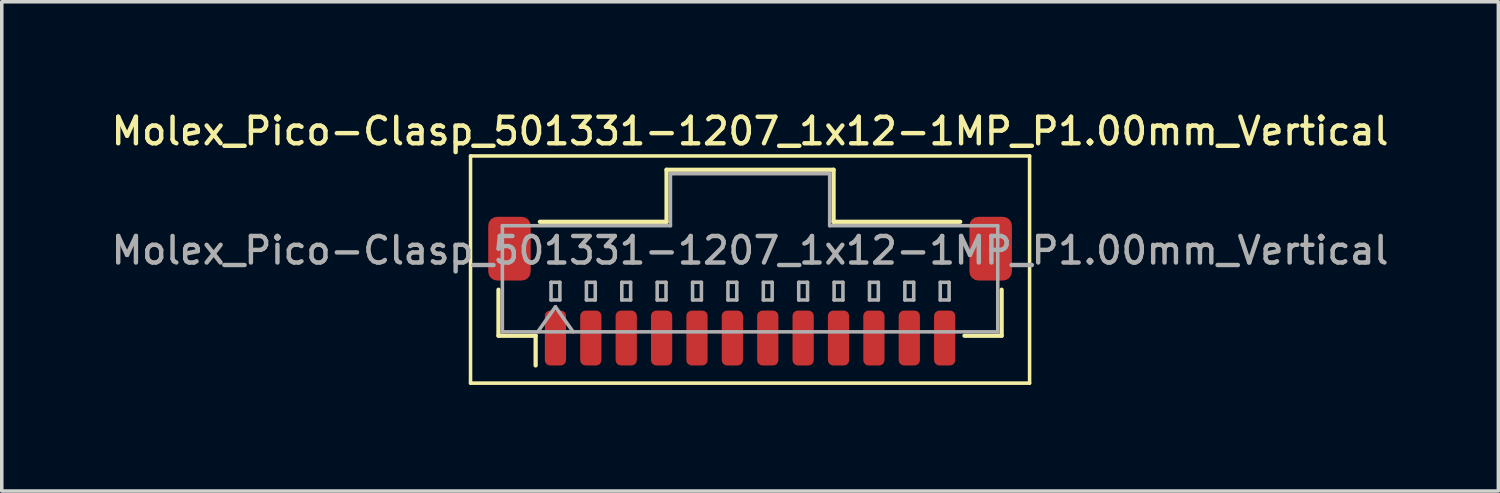
<source format=kicad_pcb>
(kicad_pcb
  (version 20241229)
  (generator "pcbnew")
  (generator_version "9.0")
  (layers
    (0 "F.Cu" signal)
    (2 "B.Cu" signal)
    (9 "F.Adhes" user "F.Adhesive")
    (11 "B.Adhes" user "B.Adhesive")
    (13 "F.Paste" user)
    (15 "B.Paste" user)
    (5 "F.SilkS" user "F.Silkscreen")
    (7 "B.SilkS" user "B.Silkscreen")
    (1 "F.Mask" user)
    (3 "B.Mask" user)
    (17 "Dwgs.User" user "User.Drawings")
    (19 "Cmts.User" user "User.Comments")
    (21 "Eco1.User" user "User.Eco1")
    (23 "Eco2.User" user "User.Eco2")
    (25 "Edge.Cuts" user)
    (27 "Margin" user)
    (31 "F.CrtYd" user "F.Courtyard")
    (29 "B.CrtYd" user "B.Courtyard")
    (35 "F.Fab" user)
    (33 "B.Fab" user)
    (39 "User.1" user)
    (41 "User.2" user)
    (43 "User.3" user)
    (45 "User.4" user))
  (footprint "Molex_Pico-Clasp_501331-1207_1x12-1MP_P1.00mm_Vertical"
    (layer "F.Cu")
    (at 18.148 5.178)
    (property "Reference" "Molex_Pico-Clasp_501331-1207_1x12-1MP_P1.00mm_Vertical" (at 0 -4.52 0) (layer "F.SilkS") (effects (font (size 0.75 0.75) (thickness 0.125))))
    (attr smd)
    (fp_line (start -7.9 -3.82) (end -7.9 2.6) (stroke (width 0.1) (type solid)) (layer "F.SilkS"))
    (fp_line (start -7.9 2.6) (end 7.9 2.6) (stroke (width 0.1) (type solid)) (layer "F.SilkS"))
    (fp_line (start -7.11 -0.04) (end -7.11 1.26) (stroke (width 0.12) (type solid)) (layer "F.SilkS"))
    (fp_line (start -7.11 1.26) (end -6.06 1.26) (stroke (width 0.12) (type solid)) (layer "F.SilkS"))
    (fp_line (start -6.06 1.26) (end -6.06 2.1) (stroke (width 0.12) (type solid)) (layer "F.SilkS"))
    (fp_line (start -5.94 -1.96) (end -2.36 -1.96) (stroke (width 0.12) (type solid)) (layer "F.SilkS"))
    (fp_line (start -2.36 -3.43) (end 2.36 -3.43) (stroke (width 0.12) (type solid)) (layer "F.SilkS"))
    (fp_line (start -2.36 -1.96) (end -2.36 -3.43) (stroke (width 0.12) (type solid)) (layer "F.SilkS"))
    (fp_line (start 2.36 -3.43) (end 2.36 -1.96) (stroke (width 0.12) (type solid)) (layer "F.SilkS"))
    (fp_line (start 2.36 -1.96) (end 5.94 -1.96) (stroke (width 0.12) (type solid)) (layer "F.SilkS"))
    (fp_line (start 7.11 -0.04) (end 7.11 1.26) (stroke (width 0.12) (type solid)) (layer "F.SilkS"))
    (fp_line (start 7.11 1.26) (end 6.06 1.26) (stroke (width 0.12) (type solid)) (layer "F.SilkS"))
    (fp_line (start 7.9 -3.82) (end -7.9 -3.82) (stroke (width 0.1) (type solid)) (layer "F.SilkS"))
    (fp_line (start 7.9 2.6) (end 7.9 -3.82) (stroke (width 0.1) (type solid)) (layer "F.SilkS"))
    (fp_line (start -7 -1.85) (end -2.25 -1.85) (stroke (width 0.1) (type solid)) (layer "F.Fab"))
    (fp_line (start -7 1.15) (end -7 -1.85) (stroke (width 0.1) (type solid)) (layer "F.Fab"))
    (fp_line (start -7 1.15) (end 7 1.15) (stroke (width 0.1) (type solid)) (layer "F.Fab"))
    (fp_line (start -6 1.15) (end -5.5 0.443) (stroke (width 0.1) (type solid)) (layer "F.Fab"))
    (fp_line (start -5.625 -0.25) (end -5.625 0.25) (stroke (width 0.1) (type solid)) (layer "F.Fab"))
    (fp_line (start -5.625 0.25) (end -5.375 0.25) (stroke (width 0.1) (type solid)) (layer "F.Fab"))
    (fp_line (start -5.5 0.443) (end -5 1.15) (stroke (width 0.1) (type solid)) (layer "F.Fab"))
    (fp_line (start -5.375 -0.25) (end -5.625 -0.25) (stroke (width 0.1) (type solid)) (layer "F.Fab"))
    (fp_line (start -5.375 0.25) (end -5.375 -0.25) (stroke (width 0.1) (type solid)) (layer "F.Fab"))
    (fp_line (start -4.625 -0.25) (end -4.625 0.25) (stroke (width 0.1) (type solid)) (layer "F.Fab"))
    (fp_line (start -4.625 0.25) (end -4.375 0.25) (stroke (width 0.1) (type solid)) (layer "F.Fab"))
    (fp_line (start -4.375 -0.25) (end -4.625 -0.25) (stroke (width 0.1) (type solid)) (layer "F.Fab"))
    (fp_line (start -4.375 0.25) (end -4.375 -0.25) (stroke (width 0.1) (type solid)) (layer "F.Fab"))
    (fp_line (start -3.625 -0.25) (end -3.625 0.25) (stroke (width 0.1) (type solid)) (layer "F.Fab"))
    (fp_line (start -3.625 0.25) (end -3.375 0.25) (stroke (width 0.1) (type solid)) (layer "F.Fab"))
    (fp_line (start -3.375 -0.25) (end -3.625 -0.25) (stroke (width 0.1) (type solid)) (layer "F.Fab"))
    (fp_line (start -3.375 0.25) (end -3.375 -0.25) (stroke (width 0.1) (type solid)) (layer "F.Fab"))
    (fp_line (start -2.625 -0.25) (end -2.625 0.25) (stroke (width 0.1) (type solid)) (layer "F.Fab"))
    (fp_line (start -2.625 0.25) (end -2.375 0.25) (stroke (width 0.1) (type solid)) (layer "F.Fab"))
    (fp_line (start -2.375 -0.25) (end -2.625 -0.25) (stroke (width 0.1) (type solid)) (layer "F.Fab"))
    (fp_line (start -2.375 0.25) (end -2.375 -0.25) (stroke (width 0.1) (type solid)) (layer "F.Fab"))
    (fp_line (start -2.25 -3.32) (end 2.25 -3.32) (stroke (width 0.1) (type solid)) (layer "F.Fab"))
    (fp_line (start -2.25 -1.85) (end -2.25 -3.32) (stroke (width 0.1) (type solid)) (layer "F.Fab"))
    (fp_line (start -1.625 -0.25) (end -1.625 0.25) (stroke (width 0.1) (type solid)) (layer "F.Fab"))
    (fp_line (start -1.625 0.25) (end -1.375 0.25) (stroke (width 0.1) (type solid)) (layer "F.Fab"))
    (fp_line (start -1.375 -0.25) (end -1.625 -0.25) (stroke (width 0.1) (type solid)) (layer "F.Fab"))
    (fp_line (start -1.375 0.25) (end -1.375 -0.25) (stroke (width 0.1) (type solid)) (layer "F.Fab"))
    (fp_line (start -0.625 -0.25) (end -0.625 0.25) (stroke (width 0.1) (type solid)) (layer "F.Fab"))
    (fp_line (start -0.625 0.25) (end -0.375 0.25) (stroke (width 0.1) (type solid)) (layer "F.Fab"))
    (fp_line (start -0.375 -0.25) (end -0.625 -0.25) (stroke (width 0.1) (type solid)) (layer "F.Fab"))
    (fp_line (start -0.375 0.25) (end -0.375 -0.25) (stroke (width 0.1) (type solid)) (layer "F.Fab"))
    (fp_line (start 0.375 -0.25) (end 0.375 0.25) (stroke (width 0.1) (type solid)) (layer "F.Fab"))
    (fp_line (start 0.375 0.25) (end 0.625 0.25) (stroke (width 0.1) (type solid)) (layer "F.Fab"))
    (fp_line (start 0.625 -0.25) (end 0.375 -0.25) (stroke (width 0.1) (type solid)) (layer "F.Fab"))
    (fp_line (start 0.625 0.25) (end 0.625 -0.25) (stroke (width 0.1) (type solid)) (layer "F.Fab"))
    (fp_line (start 1.375 -0.25) (end 1.375 0.25) (stroke (width 0.1) (type solid)) (layer "F.Fab"))
    (fp_line (start 1.375 0.25) (end 1.625 0.25) (stroke (width 0.1) (type solid)) (layer "F.Fab"))
    (fp_line (start 1.625 -0.25) (end 1.375 -0.25) (stroke (width 0.1) (type solid)) (layer "F.Fab"))
    (fp_line (start 1.625 0.25) (end 1.625 -0.25) (stroke (width 0.1) (type solid)) (layer "F.Fab"))
    (fp_line (start 2.25 -3.32) (end 2.25 -1.85) (stroke (width 0.1) (type solid)) (layer "F.Fab"))
    (fp_line (start 2.25 -1.85) (end 7 -1.85) (stroke (width 0.1) (type solid)) (layer "F.Fab"))
    (fp_line (start 2.375 -0.25) (end 2.375 0.25) (stroke (width 0.1) (type solid)) (layer "F.Fab"))
    (fp_line (start 2.375 0.25) (end 2.625 0.25) (stroke (width 0.1) (type solid)) (layer "F.Fab"))
    (fp_line (start 2.625 -0.25) (end 2.375 -0.25) (stroke (width 0.1) (type solid)) (layer "F.Fab"))
    (fp_line (start 2.625 0.25) (end 2.625 -0.25) (stroke (width 0.1) (type solid)) (layer "F.Fab"))
    (fp_line (start 3.375 -0.25) (end 3.375 0.25) (stroke (width 0.1) (type solid)) (layer "F.Fab"))
    (fp_line (start 3.375 0.25) (end 3.625 0.25) (stroke (width 0.1) (type solid)) (layer "F.Fab"))
    (fp_line (start 3.625 -0.25) (end 3.375 -0.25) (stroke (width 0.1) (type solid)) (layer "F.Fab"))
    (fp_line (start 3.625 0.25) (end 3.625 -0.25) (stroke (width 0.1) (type solid)) (layer "F.Fab"))
    (fp_line (start 4.375 -0.25) (end 4.375 0.25) (stroke (width 0.1) (type solid)) (layer "F.Fab"))
    (fp_line (start 4.375 0.25) (end 4.625 0.25) (stroke (width 0.1) (type solid)) (layer "F.Fab"))
    (fp_line (start 4.625 -0.25) (end 4.375 -0.25) (stroke (width 0.1) (type solid)) (layer "F.Fab"))
    (fp_line (start 4.625 0.25) (end 4.625 -0.25) (stroke (width 0.1) (type solid)) (layer "F.Fab"))
    (fp_line (start 5.375 -0.25) (end 5.375 0.25) (stroke (width 0.1) (type solid)) (layer "F.Fab"))
    (fp_line (start 5.375 0.25) (end 5.625 0.25) (stroke (width 0.1) (type solid)) (layer "F.Fab"))
    (fp_line (start 5.625 -0.25) (end 5.375 -0.25) (stroke (width 0.1) (type solid)) (layer "F.Fab"))
    (fp_line (start 5.625 0.25) (end 5.625 -0.25) (stroke (width 0.1) (type solid)) (layer "F.Fab"))
    (fp_line (start 7 1.15) (end 7 -1.85) (stroke (width 0.1) (type solid)) (layer "F.Fab"))
    (fp_text user "${REFERENCE}" (at 0 -1.15 0) (layer "F.Fab") (effects (font (size 0.75 0.75) (thickness 0.125))))
    (pad "1" smd roundrect (at -5.5 1.325) (size 0.6 1.55) (layers "F.Cu" "F.Mask" "F.Paste") (roundrect_rratio 0.25))
    (pad "2" smd roundrect (at -4.5 1.325) (size 0.6 1.55) (layers "F.Cu" "F.Mask" "F.Paste") (roundrect_rratio 0.25))
    (pad "3" smd roundrect (at -3.5 1.325) (size 0.6 1.55) (layers "F.Cu" "F.Mask" "F.Paste") (roundrect_rratio 0.25))
    (pad "4" smd roundrect (at -2.5 1.325) (size 0.6 1.55) (layers "F.Cu" "F.Mask" "F.Paste") (roundrect_rratio 0.25))
    (pad "5" smd roundrect (at -1.5 1.325) (size 0.6 1.55) (layers "F.Cu" "F.Mask" "F.Paste") (roundrect_rratio 0.25))
    (pad "6" smd roundrect (at -0.5 1.325) (size 0.6 1.55) (layers "F.Cu" "F.Mask" "F.Paste") (roundrect_rratio 0.25))
    (pad "7" smd roundrect (at 0.5 1.325) (size 0.6 1.55) (layers "F.Cu" "F.Mask" "F.Paste") (roundrect_rratio 0.25))
    (pad "8" smd roundrect (at 1.5 1.325) (size 0.6 1.55) (layers "F.Cu" "F.Mask" "F.Paste") (roundrect_rratio 0.25))
    (pad "9" smd roundrect (at 2.5 1.325) (size 0.6 1.55) (layers "F.Cu" "F.Mask" "F.Paste") (roundrect_rratio 0.25))
    (pad "10" smd roundrect (at 3.5 1.325) (size 0.6 1.55) (layers "F.Cu" "F.Mask" "F.Paste") (roundrect_rratio 0.25))
    (pad "11" smd roundrect (at 4.5 1.325) (size 0.6 1.55) (layers "F.Cu" "F.Mask" "F.Paste") (roundrect_rratio 0.25))
    (pad "12" smd roundrect (at 5.5 1.325) (size 0.6 1.55) (layers "F.Cu" "F.Mask" "F.Paste") (roundrect_rratio 0.25))
    (pad "MP" smd roundrect (at -6.8 -1.2) (size 1.2 1.8) (layers "F.Cu" "F.Mask" "F.Paste") (roundrect_rratio 0.208))
    (pad "MP" smd roundrect (at 6.8 -1.2) (size 1.2 1.8) (layers "F.Cu" "F.Mask" "F.Paste") (roundrect_rratio 0.208)))
  (gr_rect
    (start -3 -3)
    (end 39.296 10.828)
    (stroke (width 0.1) (type default))
    (fill no)
    (layer "Edge.Cuts")))
</source>
